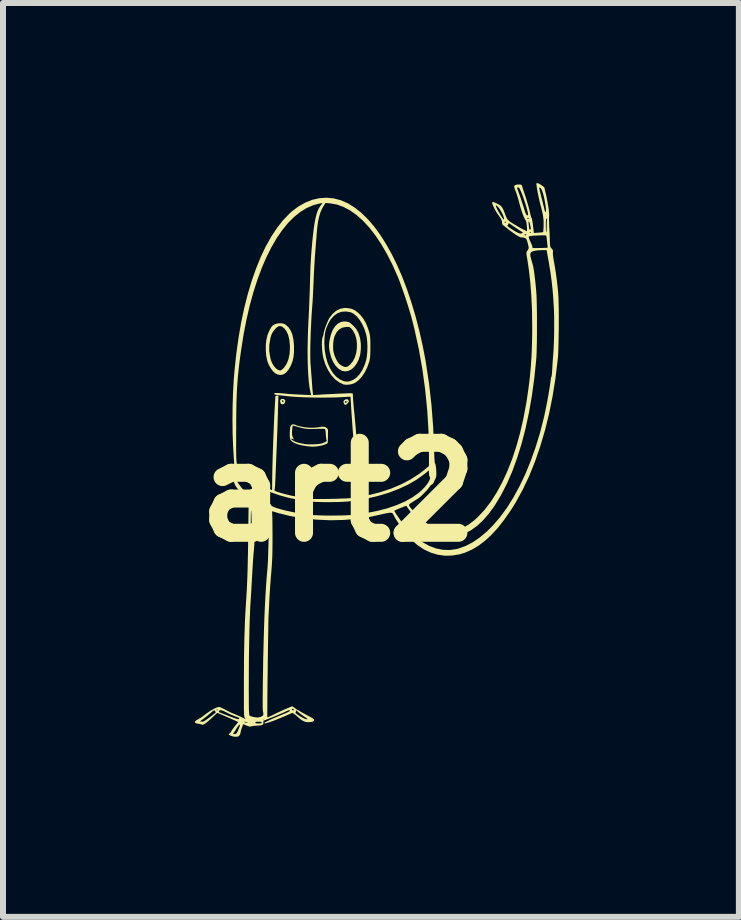
<source format=kicad_pcb>
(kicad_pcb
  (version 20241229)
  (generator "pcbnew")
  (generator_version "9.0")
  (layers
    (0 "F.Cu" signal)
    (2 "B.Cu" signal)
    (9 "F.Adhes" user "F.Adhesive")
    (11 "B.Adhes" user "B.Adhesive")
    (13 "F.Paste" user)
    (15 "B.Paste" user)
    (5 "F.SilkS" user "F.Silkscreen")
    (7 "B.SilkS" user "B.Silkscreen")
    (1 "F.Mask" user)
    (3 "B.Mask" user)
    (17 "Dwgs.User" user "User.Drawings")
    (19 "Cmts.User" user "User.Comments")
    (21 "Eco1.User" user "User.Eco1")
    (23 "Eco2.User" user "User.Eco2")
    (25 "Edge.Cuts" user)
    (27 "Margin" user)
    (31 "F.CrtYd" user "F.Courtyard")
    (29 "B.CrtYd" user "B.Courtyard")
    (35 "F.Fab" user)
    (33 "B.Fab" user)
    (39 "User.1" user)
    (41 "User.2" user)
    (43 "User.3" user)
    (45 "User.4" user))
  (footprint "art2"
    (layer "F.Cu")
    (at 2.586 5.148)
    (property "Reference" "art2" (at 0 0 0) (layer "F.SilkS") (effects (font (size 1.5 1.5) (thickness 0.3))))
    (attr board_only exclude_from_pos_files exclude_from_bom)
    (fp_poly (pts (xy -0.908 -1.55) (xy -0.887 -1.534) (xy -0.883 -1.518) (xy -0.89 -1.49) (xy -0.906 -1.47) (xy -0.927 -1.462) (xy -0.948 -1.466) (xy -0.961 -1.48) (xy -0.97 -1.512) (xy -0.968 -1.524) (xy -0.94 -1.524) (xy -0.938 -1.51) (xy -0.935 -1.507) (xy -0.921 -1.501) (xy -0.912 -1.511) (xy -0.912 -1.515) (xy -0.92 -1.528) (xy -0.927 -1.53) (xy -0.94 -1.524) (xy -0.968 -1.524) (xy -0.965 -1.537) (xy -0.946 -1.552) (xy -0.918 -1.553)) (stroke (width 0) (type solid)) (fill yes) (layer "F.SilkS"))
    (fp_poly (pts (xy 0.151 -1.547) (xy 0.165 -1.538) (xy 0.176 -1.518) (xy 0.169 -1.495) (xy 0.152 -1.476) (xy 0.13 -1.456) (xy 0.114 -1.453) (xy 0.101 -1.464) (xy 0.101 -1.464) (xy 0.086 -1.493) (xy 0.086 -1.496) (xy 0.111 -1.496) (xy 0.119 -1.486) (xy 0.128 -1.486) (xy 0.137 -1.5) (xy 0.137 -1.506) (xy 0.133 -1.515) (xy 0.147 -1.515) (xy 0.152 -1.51) (xy 0.157 -1.515) (xy 0.152 -1.52) (xy 0.147 -1.515) (xy 0.133 -1.515) (xy 0.131 -1.519) (xy 0.119 -1.517) (xy 0.113 -1.51) (xy 0.111 -1.496) (xy 0.086 -1.496) (xy 0.089 -1.518) (xy 0.098 -1.53) (xy 0.125 -1.547)) (stroke (width 0) (type solid)) (fill yes) (layer "F.SilkS"))
    (fp_poly (pts (xy -0.908 -2.805) (xy -0.882 -2.792) (xy -0.833 -2.75) (xy -0.795 -2.695) (xy -0.766 -2.625) (xy -0.748 -2.541) (xy -0.738 -2.441) (xy -0.738 -2.43) (xy -0.738 -2.337) (xy -0.745 -2.257) (xy -0.761 -2.185) (xy -0.787 -2.117) (xy -0.793 -2.103) (xy -0.831 -2.037) (xy -0.872 -1.989) (xy -0.916 -1.96) (xy -0.963 -1.951) (xy -1.013 -1.96) (xy -1.05 -1.979) (xy -1.086 -2.011) (xy -1.121 -2.056) (xy -1.153 -2.11) (xy -1.178 -2.169) (xy -1.183 -2.184) (xy -1.2 -2.264) (xy -1.207 -2.346) (xy -1.151 -2.346) (xy -1.133 -2.238) (xy -1.123 -2.2) (xy -1.103 -2.149) (xy -1.076 -2.103) (xy -1.044 -2.066) (xy -1.011 -2.039) (xy -0.98 -2.027) (xy -0.96 -2.027) (xy -0.944 -2.037) (xy -0.92 -2.057) (xy -0.902 -2.076) (xy -0.861 -2.137) (xy -0.831 -2.212) (xy -0.812 -2.3) (xy -0.806 -2.397) (xy -0.807 -2.451) (xy -0.817 -2.545) (xy -0.837 -2.623) (xy -0.866 -2.684) (xy -0.897 -2.724) (xy -0.934 -2.755) (xy -0.968 -2.767) (xy -1 -2.761) (xy -1.034 -2.736) (xy -1.047 -2.723) (xy -1.08 -2.683) (xy -1.104 -2.645) (xy -1.121 -2.602) (xy -1.131 -2.564) (xy -1.15 -2.454) (xy -1.151 -2.346) (xy -1.207 -2.346) (xy -1.208 -2.353) (xy -1.208 -2.445) (xy -1.199 -2.533) (xy -1.181 -2.611) (xy -1.177 -2.623) (xy -1.157 -2.673) (xy -1.134 -2.719) (xy -1.111 -2.756) (xy -1.093 -2.776) (xy -1.053 -2.798) (xy -1.005 -2.811) (xy -0.954 -2.813)) (stroke (width 0) (type solid)) (fill yes) (layer "F.SilkS"))
    (fp_poly (pts (xy 0.16 -2.836) (xy 0.188 -2.826) (xy 0.194 -2.821) (xy 0.211 -2.806) (xy 0.236 -2.784) (xy 0.253 -2.769) (xy 0.301 -2.715) (xy 0.337 -2.647) (xy 0.362 -2.566) (xy 0.375 -2.473) (xy 0.376 -2.432) (xy 0.375 -2.384) (xy 0.371 -2.335) (xy 0.365 -2.295) (xy 0.363 -2.285) (xy 0.339 -2.207) (xy 0.305 -2.14) (xy 0.265 -2.086) (xy 0.219 -2.045) (xy 0.169 -2.02) (xy 0.117 -2.011) (xy 0.064 -2.02) (xy 0.053 -2.025) (xy -0.000225 -2.058) (xy -0.048 -2.108) (xy -0.088 -2.172) (xy -0.12 -2.248) (xy -0.142 -2.333) (xy -0.145 -2.347) (xy -0.152 -2.395) (xy -0.155 -2.428) (xy -0.087 -2.428) (xy -0.085 -2.371) (xy -0.079 -2.333) (xy -0.065 -2.281) (xy -0.043 -2.228) (xy -0.018 -2.18) (xy 0.008 -2.144) (xy 0.016 -2.136) (xy 0.044 -2.114) (xy 0.076 -2.096) (xy 0.106 -2.085) (xy 0.126 -2.084) (xy 0.144 -2.089) (xy 0.148 -2.089) (xy 0.16 -2.095) (xy 0.181 -2.111) (xy 0.2 -2.128) (xy 0.243 -2.18) (xy 0.276 -2.245) (xy 0.298 -2.318) (xy 0.309 -2.397) (xy 0.31 -2.477) (xy 0.3 -2.555) (xy 0.278 -2.626) (xy 0.246 -2.688) (xy 0.217 -2.723) (xy 0.198 -2.741) (xy 0.181 -2.75) (xy 0.158 -2.752) (xy 0.127 -2.751) (xy 0.066 -2.739) (xy 0.015 -2.71) (xy -0.028 -2.664) (xy -0.061 -2.6) (xy -0.066 -2.587) (xy -0.077 -2.543) (xy -0.084 -2.488) (xy -0.087 -2.428) (xy -0.155 -2.428) (xy -0.155 -2.432) (xy -0.154 -2.465) (xy -0.15 -2.505) (xy -0.145 -2.533) (xy -0.124 -2.623) (xy -0.094 -2.7) (xy -0.055 -2.761) (xy -0.008 -2.807) (xy 0.046 -2.835) (xy 0.046 -2.835) (xy 0.081 -2.841) (xy 0.122 -2.842)) (stroke (width 0) (type solid)) (fill yes) (layer "F.SilkS"))
    (fp_poly (pts (xy 0.146 -3.067) (xy 0.215 -3.055) (xy 0.277 -3.028) (xy 0.335 -2.983) (xy 0.364 -2.955) (xy 0.416 -2.89) (xy 0.458 -2.817) (xy 0.493 -2.732) (xy 0.506 -2.692) (xy 0.516 -2.659) (xy 0.523 -2.631) (xy 0.528 -2.602) (xy 0.531 -2.57) (xy 0.533 -2.529) (xy 0.534 -2.477) (xy 0.534 -2.422) (xy 0.534 -2.355) (xy 0.533 -2.304) (xy 0.531 -2.264) (xy 0.528 -2.232) (xy 0.522 -2.203) (xy 0.515 -2.174) (xy 0.512 -2.164) (xy 0.481 -2.076) (xy 0.44 -1.995) (xy 0.393 -1.924) (xy 0.34 -1.866) (xy 0.285 -1.824) (xy 0.27 -1.816) (xy 0.229 -1.8) (xy 0.18 -1.791) (xy 0.132 -1.788) (xy 0.093 -1.792) (xy 0.088 -1.793) (xy 0.015 -1.828) (xy -0.054 -1.879) (xy -0.116 -1.947) (xy -0.169 -2.028) (xy -0.214 -2.122) (xy -0.246 -2.221) (xy -0.257 -2.273) (xy -0.266 -2.332) (xy -0.271 -2.394) (xy -0.274 -2.455) (xy -0.273 -2.481) (xy -0.233 -2.481) (xy -0.227 -2.382) (xy -0.224 -2.354) (xy -0.206 -2.249) (xy -0.178 -2.151) (xy -0.139 -2.064) (xy -0.093 -1.988) (xy -0.039 -1.926) (xy 0.022 -1.879) (xy 0.087 -1.85) (xy 0.105 -1.845) (xy 0.15 -1.84) (xy 0.195 -1.848) (xy 0.246 -1.869) (xy 0.246 -1.869) (xy 0.302 -1.907) (xy 0.354 -1.963) (xy 0.399 -2.033) (xy 0.438 -2.117) (xy 0.463 -2.194) (xy 0.475 -2.258) (xy 0.483 -2.335) (xy 0.485 -2.418) (xy 0.482 -2.501) (xy 0.474 -2.578) (xy 0.462 -2.633) (xy 0.433 -2.723) (xy 0.395 -2.804) (xy 0.351 -2.875) (xy 0.302 -2.933) (xy 0.25 -2.975) (xy 0.229 -2.986) (xy 0.199 -2.997) (xy 0.158 -3.005) (xy 0.126 -3.009) (xy 0.054 -3.004) (xy -0.011 -2.981) (xy -0.071 -2.939) (xy -0.124 -2.881) (xy -0.169 -2.805) (xy -0.203 -2.724) (xy -0.22 -2.656) (xy -0.23 -2.574) (xy -0.233 -2.481) (xy -0.273 -2.481) (xy -0.273 -2.509) (xy -0.269 -2.553) (xy -0.261 -2.582) (xy -0.261 -2.583) (xy -0.25 -2.612) (xy -0.245 -2.637) (xy -0.245 -2.64) (xy -0.241 -2.665) (xy -0.23 -2.703) (xy -0.215 -2.749) (xy -0.197 -2.797) (xy -0.177 -2.843) (xy -0.159 -2.882) (xy -0.148 -2.902) (xy -0.094 -2.971) (xy -0.034 -3.022) (xy 0.032 -3.054) (xy 0.105 -3.068)) (stroke (width 0) (type solid)) (fill yes) (layer "F.SilkS"))
    (fp_poly (pts (xy -0.726 -1.125) (xy -0.711 -1.119) (xy -0.711 -1.119) (xy -0.693 -1.11) (xy -0.66 -1.1) (xy -0.618 -1.091) (xy -0.57 -1.082) (xy -0.521 -1.076) (xy -0.488 -1.073) (xy -0.423 -1.072) (xy -0.354 -1.077) (xy -0.327 -1.081) (xy -0.285 -1.088) (xy -0.257 -1.09) (xy -0.236 -1.088) (xy -0.216 -1.082) (xy -0.212 -1.08) (xy -0.188 -1.064) (xy -0.174 -1.047) (xy -0.174 -1.045) (xy -0.172 -1.028) (xy -0.172 -0.997) (xy -0.172 -0.956) (xy -0.173 -0.91) (xy -0.174 -0.864) (xy -0.176 -0.823) (xy -0.176 -0.822) (xy -0.186 -0.81) (xy -0.211 -0.797) (xy -0.246 -0.784) (xy -0.289 -0.773) (xy -0.334 -0.765) (xy -0.334 -0.765) (xy -0.375 -0.76) (xy -0.405 -0.758) (xy -0.431 -0.757) (xy -0.459 -0.759) (xy -0.497 -0.762) (xy -0.529 -0.766) (xy -0.605 -0.778) (xy -0.671 -0.795) (xy -0.727 -0.816) (xy -0.769 -0.841) (xy -0.795 -0.867) (xy -0.802 -0.881) (xy -0.802 -0.883) (xy -0.785 -0.883) (xy -0.777 -0.873) (xy -0.756 -0.859) (xy -0.738 -0.85) (xy -0.714 -0.838) (xy -0.688 -0.829) (xy -0.656 -0.82) (xy -0.614 -0.811) (xy -0.564 -0.801) (xy -0.533 -0.797) (xy -0.488 -0.795) (xy -0.437 -0.796) (xy -0.384 -0.797) (xy -0.336 -0.801) (xy -0.299 -0.805) (xy -0.287 -0.807) (xy -0.252 -0.819) (xy -0.221 -0.832) (xy -0.2 -0.846) (xy -0.191 -0.857) (xy -0.194 -0.862) (xy -0.199 -0.874) (xy -0.203 -0.9) (xy -0.207 -0.937) (xy -0.208 -0.952) (xy -0.21 -0.991) (xy -0.214 -1.024) (xy -0.218 -1.044) (xy -0.219 -1.047) (xy -0.228 -1.052) (xy -0.25 -1.054) (xy -0.287 -1.055) (xy -0.34 -1.054) (xy -0.366 -1.053) (xy -0.443 -1.051) (xy -0.507 -1.052) (xy -0.563 -1.059) (xy -0.618 -1.07) (xy -0.677 -1.087) (xy -0.689 -1.09) (xy -0.722 -1.1) (xy -0.747 -1.106) (xy -0.759 -1.107) (xy -0.759 -1.107) (xy -0.762 -1.096) (xy -0.766 -1.07) (xy -0.769 -1.035) (xy -0.77 -1.028) (xy -0.772 -0.983) (xy -0.77 -0.952) (xy -0.763 -0.929) (xy -0.761 -0.923) (xy -0.749 -0.897) (xy -0.745 -0.88) (xy -0.749 -0.875) (xy -0.757 -0.881) (xy -0.773 -0.891) (xy -0.783 -0.888) (xy -0.785 -0.883) (xy -0.802 -0.883) (xy -0.807 -0.912) (xy -0.809 -0.954) (xy -0.808 -1.001) (xy -0.805 -1.045) (xy -0.8 -1.081) (xy -0.796 -1.096) (xy -0.783 -1.118) (xy -0.765 -1.127) (xy -0.751 -1.128)) (stroke (width 0) (type solid)) (fill yes) (layer "F.SilkS"))
    (fp_poly (pts (xy 3.342 -5.139) (xy 3.378 -5.117) (xy 3.383 -5.114) (xy 3.431 -5.079) (xy 3.456 -4.974) (xy 3.47 -4.913) (xy 3.482 -4.849) (xy 3.493 -4.786) (xy 3.503 -4.726) (xy 3.509 -4.674) (xy 3.513 -4.632) (xy 3.513 -4.605) (xy 3.512 -4.6) (xy 3.51 -4.582) (xy 3.51 -4.548) (xy 3.511 -4.503) (xy 3.512 -4.451) (xy 3.513 -4.428) (xy 3.517 -4.365) (xy 3.52 -4.3) (xy 3.522 -4.239) (xy 3.524 -4.188) (xy 3.524 -4.182) (xy 3.526 -4.137) (xy 3.529 -4.106) (xy 3.533 -4.086) (xy 3.541 -4.071) (xy 3.553 -4.058) (xy 3.555 -4.057) (xy 3.572 -4.035) (xy 3.577 -4.014) (xy 3.575 -3.996) (xy 3.574 -3.97) (xy 3.578 -3.929) (xy 3.586 -3.875) (xy 3.593 -3.837) (xy 3.609 -3.746) (xy 3.625 -3.645) (xy 3.64 -3.531) (xy 3.655 -3.401) (xy 3.66 -3.349) (xy 3.664 -3.296) (xy 3.668 -3.226) (xy 3.67 -3.143) (xy 3.672 -3.049) (xy 3.673 -2.947) (xy 3.673 -2.84) (xy 3.673 -2.732) (xy 3.671 -2.624) (xy 3.669 -2.52) (xy 3.667 -2.424) (xy 3.664 -2.337) (xy 3.66 -2.264) (xy 3.655 -2.207) (xy 3.618 -1.898) (xy 3.57 -1.599) (xy 3.512 -1.309) (xy 3.443 -1.03) (xy 3.364 -0.762) (xy 3.276 -0.507) (xy 3.179 -0.266) (xy 3.072 -0.041) (xy 2.957 0.169) (xy 2.871 0.307) (xy 2.763 0.461) (xy 2.657 0.597) (xy 2.55 0.713) (xy 2.443 0.812) (xy 2.334 0.894) (xy 2.224 0.959) (xy 2.111 1.009) (xy 2.023 1.036) (xy 1.899 1.057) (xy 1.776 1.06) (xy 1.656 1.043) (xy 1.539 1.008) (xy 1.426 0.955) (xy 1.318 0.883) (xy 1.216 0.794) (xy 1.149 0.723) (xy 1.114 0.679) (xy 1.073 0.624) (xy 1.031 0.564) (xy 0.992 0.503) (xy 0.957 0.448) (xy 0.931 0.402) (xy 0.931 0.401) (xy 0.915 0.37) (xy 0.903 0.353) (xy 0.89 0.346) (xy 0.87 0.344) (xy 0.86 0.344) (xy 0.832 0.347) (xy 0.792 0.354) (xy 0.747 0.364) (xy 0.731 0.368) (xy 0.523 0.414) (xy 0.307 0.446) (xy 0.086 0.464) (xy -0.138 0.469) (xy -0.361 0.459) (xy -0.58 0.437) (xy -0.792 0.401) (xy -0.994 0.351) (xy -1.047 0.335) (xy -1.08 0.325) (xy -1.098 0.321) (xy -1.105 0.323) (xy -1.104 0.33) (xy -1.103 0.334) (xy -1.102 0.348) (xy -1.101 0.379) (xy -1.099 0.425) (xy -1.098 0.483) (xy -1.097 0.553) (xy -1.097 0.63) (xy -1.096 0.714) (xy -1.096 0.723) (xy -1.096 0.832) (xy -1.097 0.925) (xy -1.098 1.006) (xy -1.1 1.078) (xy -1.103 1.145) (xy -1.107 1.21) (xy -1.112 1.278) (xy -1.116 1.329) (xy -1.123 1.411) (xy -1.13 1.502) (xy -1.137 1.594) (xy -1.142 1.681) (xy -1.147 1.756) (xy -1.147 1.765) (xy -1.151 1.833) (xy -1.154 1.9) (xy -1.157 1.961) (xy -1.16 2.013) (xy -1.162 2.049) (xy -1.162 2.05) (xy -1.163 2.071) (xy -1.164 2.109) (xy -1.165 2.162) (xy -1.166 2.229) (xy -1.167 2.307) (xy -1.169 2.395) (xy -1.17 2.492) (xy -1.172 2.595) (xy -1.173 2.702) (xy -1.175 2.813) (xy -1.176 2.925) (xy -1.177 3.037) (xy -1.179 3.146) (xy -1.18 3.252) (xy -1.181 3.352) (xy -1.182 3.445) (xy -1.182 3.529) (xy -1.183 3.602) (xy -1.183 3.663) (xy -1.183 3.709) (xy -1.183 3.74) (xy -1.183 3.753) (xy -1.183 3.753) (xy -1.173 3.75) (xy -1.15 3.74) (xy -1.117 3.725) (xy -1.088 3.711) (xy -1.033 3.684) (xy -0.976 3.657) (xy -0.92 3.632) (xy -0.893 3.62) (xy -0.773 3.62) (xy -0.77 3.628) (xy -0.756 3.638) (xy -0.742 3.63) (xy -0.74 3.629) (xy -0.743 3.617) (xy -0.75 3.613) (xy -0.768 3.611) (xy -0.773 3.62) (xy -0.893 3.62) (xy -0.869 3.609) (xy -0.825 3.591) (xy -0.792 3.577) (xy -0.772 3.57) (xy -0.768 3.57) (xy -0.754 3.576) (xy -0.732 3.591) (xy -0.722 3.599) (xy -0.7 3.617) (xy -0.684 3.627) (xy -0.68 3.629) (xy -0.667 3.634) (xy -0.645 3.646) (xy -0.637 3.652) (xy -0.615 3.666) (xy -0.579 3.685) (xy -0.537 3.708) (xy -0.502 3.727) (xy -0.458 3.75) (xy -0.428 3.768) (xy -0.411 3.781) (xy -0.404 3.792) (xy -0.404 3.799) (xy -0.413 3.816) (xy -0.437 3.827) (xy -0.477 3.832) (xy -0.503 3.834) (xy -0.556 3.826) (xy -0.608 3.801) (xy -0.656 3.762) (xy -0.658 3.76) (xy -0.681 3.739) (xy -0.71 3.715) (xy -0.723 3.706) (xy -0.757 3.682) (xy -0.714 3.682) (xy -0.705 3.688) (xy -0.685 3.702) (xy -0.66 3.72) (xy -0.6 3.757) (xy -0.552 3.779) (xy -0.521 3.785) (xy -0.512 3.783) (xy -0.517 3.775) (xy -0.537 3.76) (xy -0.56 3.745) (xy -0.597 3.719) (xy -0.634 3.692) (xy -0.661 3.67) (xy -0.7 3.635) (xy -0.708 3.658) (xy -0.713 3.676) (xy -0.714 3.682) (xy -0.757 3.682) (xy -0.764 3.677) (xy -0.899 3.736) (xy -0.99 3.774) (xy -1.067 3.805) (xy -1.131 3.828) (xy -1.181 3.844) (xy -1.215 3.852) (xy -1.233 3.851) (xy -1.236 3.847) (xy -1.227 3.84) (xy -1.203 3.827) (xy -1.167 3.809) (xy -1.122 3.787) (xy -1.07 3.764) (xy -1.014 3.74) (xy -0.958 3.716) (xy -0.907 3.695) (xy -0.86 3.676) (xy -0.827 3.659) (xy -0.807 3.646) (xy -0.804 3.641) (xy -0.81 3.633) (xy -0.829 3.635) (xy -0.862 3.648) (xy -0.883 3.658) (xy -0.907 3.67) (xy -0.943 3.685) (xy -0.987 3.704) (xy -1.036 3.725) (xy -1.087 3.746) (xy -1.135 3.765) (xy -1.179 3.783) (xy -1.213 3.796) (xy -1.235 3.804) (xy -1.241 3.805) (xy -1.248 3.814) (xy -1.248 3.832) (xy -1.248 3.855) (xy -1.254 3.87) (xy -1.27 3.88) (xy -1.3 3.887) (xy -1.346 3.89) (xy -1.355 3.891) (xy -1.396 3.894) (xy -1.43 3.898) (xy -1.453 3.903) (xy -1.458 3.905) (xy -1.475 3.907) (xy -1.506 3.898) (xy -1.527 3.89) (xy -1.584 3.866) (xy -1.605 3.921) (xy -1.617 3.955) (xy -1.625 3.984) (xy -1.627 3.998) (xy -1.632 4.022) (xy -1.642 4.046) (xy -1.657 4.065) (xy -1.679 4.074) (xy -1.694 4.075) (xy -1.726 4.075) (xy -1.753 4.071) (xy -1.755 4.07) (xy -1.796 4.057) (xy -1.819 4.045) (xy -1.824 4.036) (xy -1.795 4.036) (xy -1.79 4.04) (xy -1.785 4.036) (xy -1.79 4.031) (xy -1.755 4.031) (xy -1.727 4.031) (xy -1.71 4.028) (xy -1.697 4.019) (xy -1.683 3.997) (xy -1.673 3.977) (xy -1.654 3.932) (xy -1.642 3.899) (xy -1.64 3.879) (xy -1.644 3.874) (xy -1.651 3.877) (xy -1.662 3.888) (xy -1.677 3.91) (xy -1.7 3.944) (xy -1.719 3.974) (xy -1.755 4.031) (xy -1.79 4.031) (xy -1.795 4.036) (xy -1.824 4.036) (xy -1.825 4.033) (xy -1.815 4.021) (xy -1.804 4.013) (xy -1.789 3.999) (xy -1.785 3.989) (xy -1.779 3.976) (xy -1.763 3.952) (xy -1.74 3.922) (xy -1.726 3.904) (xy -1.701 3.873) (xy -1.682 3.848) (xy -1.671 3.833) (xy -1.67 3.829) (xy -1.676 3.826) (xy -1.569 3.826) (xy -1.562 3.833) (xy -1.559 3.835) (xy -1.537 3.842) (xy -1.525 3.843) (xy -1.505 3.843) (xy -1.514 3.839) (xy -1.383 3.839) (xy -1.378 3.848) (xy -1.361 3.853) (xy -1.329 3.854) (xy -1.296 3.853) (xy -1.28 3.848) (xy -1.275 3.839) (xy -1.28 3.831) (xy -1.297 3.826) (xy -1.329 3.825) (xy -1.361 3.826) (xy -1.378 3.831) (xy -1.383 3.839) (xy -1.514 3.839) (xy -1.525 3.835) (xy -1.548 3.827) (xy -1.559 3.826) (xy -1.569 3.826) (xy -1.676 3.826) (xy -1.68 3.824) (xy -1.704 3.813) (xy -1.74 3.797) (xy -1.755 3.79) (xy -1.255 3.79) (xy -1.25 3.795) (xy -1.245 3.79) (xy -1.25 3.785) (xy -1.255 3.79) (xy -1.755 3.79) (xy -1.783 3.778) (xy -1.83 3.757) (xy -1.879 3.736) (xy -1.924 3.716) (xy -1.964 3.699) (xy -1.994 3.686) (xy -2.011 3.679) (xy -2.014 3.678) (xy -2.023 3.684) (xy -2.043 3.701) (xy -2.071 3.727) (xy -2.104 3.759) (xy -2.161 3.811) (xy -2.206 3.848) (xy -2.241 3.87) (xy -2.263 3.877) (xy -2.27 3.874) (xy -2.285 3.869) (xy -2.312 3.862) (xy -2.332 3.859) (xy -2.37 3.851) (xy -2.389 3.839) (xy -2.389 3.824) (xy -2.388 3.823) (xy -2.305 3.823) (xy -2.297 3.822) (xy -2.278 3.821) (xy -2.27 3.825) (xy -2.258 3.826) (xy -2.233 3.815) (xy -2.197 3.791) (xy -2.149 3.757) (xy -2.118 3.733) (xy -2.086 3.708) (xy -2.061 3.688) (xy -2.045 3.675) (xy -2.041 3.672) (xy -2.044 3.663) (xy -2.045 3.661) (xy -1.989 3.661) (xy -1.987 3.665) (xy -1.978 3.669) (xy -1.952 3.68) (xy -1.915 3.695) (xy -1.868 3.713) (xy -1.823 3.731) (xy -1.764 3.753) (xy -1.72 3.769) (xy -1.689 3.779) (xy -1.67 3.783) (xy -1.659 3.782) (xy -1.654 3.779) (xy -1.649 3.765) (xy -1.649 3.762) (xy -1.659 3.757) (xy -1.683 3.748) (xy -1.716 3.735) (xy -1.726 3.732) (xy -1.774 3.713) (xy -1.827 3.689) (xy -1.87 3.667) (xy -1.918 3.644) (xy -1.952 3.633) (xy -1.974 3.634) (xy -1.986 3.647) (xy -1.989 3.661) (xy -2.045 3.661) (xy -2.052 3.648) (xy -2.061 3.638) (xy -2.069 3.635) (xy -2.082 3.641) (xy -2.103 3.658) (xy -2.116 3.67) (xy -2.183 3.726) (xy -2.239 3.77) (xy -2.281 3.801) (xy -2.301 3.816) (xy -2.305 3.823) (xy -2.388 3.823) (xy -2.369 3.804) (xy -2.33 3.781) (xy -2.322 3.776) (xy -2.288 3.757) (xy -2.256 3.734) (xy -2.253 3.732) (xy -2.192 3.685) (xy -2.134 3.645) (xy -2.105 3.629) (xy -2.03 3.629) (xy -2.023 3.638) (xy -2.02 3.638) (xy -2.011 3.631) (xy -2.01 3.629) (xy -2.018 3.619) (xy -2.02 3.619) (xy -2.03 3.626) (xy -2.03 3.629) (xy -2.105 3.629) (xy -2.079 3.613) (xy -2.032 3.591) (xy -1.995 3.58) (xy -1.986 3.58) (xy -1.968 3.584) (xy -1.938 3.597) (xy -1.902 3.615) (xy -1.887 3.623) (xy -1.841 3.647) (xy -1.792 3.671) (xy -1.749 3.69) (xy -1.743 3.692) (xy -1.699 3.71) (xy -1.649 3.732) (xy -1.607 3.752) (xy -1.573 3.769) (xy -1.554 3.777) (xy -1.547 3.778) (xy -1.55 3.77) (xy -1.556 3.763) (xy -1.56 3.758) (xy -1.563 3.751) (xy -1.566 3.74) (xy -1.568 3.725) (xy -1.57 3.704) (xy -1.571 3.676) (xy -1.572 3.638) (xy -1.573 3.589) (xy -1.573 3.528) (xy -1.573 3.454) (xy -1.573 3.364) (xy -1.573 3.277) (xy -1.492 3.277) (xy -1.491 3.38) (xy -1.491 3.465) (xy -1.491 3.536) (xy -1.49 3.593) (xy -1.489 3.637) (xy -1.487 3.67) (xy -1.486 3.694) (xy -1.483 3.71) (xy -1.481 3.72) (xy -1.478 3.724) (xy -1.46 3.733) (xy -1.428 3.743) (xy -1.388 3.751) (xy -1.347 3.755) (xy -1.346 3.755) (xy -1.322 3.752) (xy -1.292 3.743) (xy -1.289 3.742) (xy -1.261 3.727) (xy -1.249 3.707) (xy -1.25 3.679) (xy -1.254 3.661) (xy -1.257 3.645) (xy -1.259 3.613) (xy -1.26 3.567) (xy -1.26 3.504) (xy -1.26 3.425) (xy -1.259 3.328) (xy -1.258 3.214) (xy -1.256 3.08) (xy -1.255 3.03) (xy -1.251 2.774) (xy -1.245 2.536) (xy -1.239 2.315) (xy -1.232 2.111) (xy -1.224 1.921) (xy -1.215 1.745) (xy -1.205 1.581) (xy -1.194 1.428) (xy -1.182 1.286) (xy -1.181 1.28) (xy -1.178 1.236) (xy -1.174 1.179) (xy -1.171 1.11) (xy -1.168 1.033) (xy -1.166 0.95) (xy -1.163 0.862) (xy -1.161 0.774) (xy -1.159 0.687) (xy -1.158 0.603) (xy -1.158 0.526) (xy -1.157 0.459) (xy -1.158 0.402) (xy -1.159 0.359) (xy -1.161 0.333) (xy -1.161 0.33) (xy -1.168 0.306) (xy -1.182 0.29) (xy -1.209 0.278) (xy -1.236 0.266) (xy -1.274 0.248) (xy -1.317 0.227) (xy -1.342 0.214) (xy -1.434 0.167) (xy -1.428 0.199) (xy -1.411 0.317) (xy -1.4 0.449) (xy -1.394 0.589) (xy -1.393 0.732) (xy -1.399 0.873) (xy -1.407 0.973) (xy -1.412 1.022) (xy -1.417 1.086) (xy -1.422 1.162) (xy -1.427 1.244) (xy -1.432 1.328) (xy -1.437 1.404) (xy -1.441 1.486) (xy -1.446 1.568) (xy -1.45 1.648) (xy -1.455 1.72) (xy -1.458 1.78) (xy -1.461 1.824) (xy -1.467 1.91) (xy -1.471 2.013) (xy -1.476 2.132) (xy -1.48 2.265) (xy -1.483 2.411) (xy -1.486 2.566) (xy -1.489 2.731) (xy -1.49 2.901) (xy -1.491 3.077) (xy -1.491 3.157) (xy -1.492 3.277) (xy -1.573 3.277) (xy -1.573 3.257) (xy -1.573 3.147) (xy -1.572 2.947) (xy -1.571 2.764) (xy -1.568 2.595) (xy -1.565 2.438) (xy -1.56 2.29) (xy -1.555 2.147) (xy -1.548 2.008) (xy -1.54 1.869) (xy -1.531 1.729) (xy -1.53 1.711) (xy -1.525 1.634) (xy -1.521 1.549) (xy -1.517 1.455) (xy -1.513 1.349) (xy -1.51 1.231) (xy -1.507 1.098) (xy -1.504 0.948) (xy -1.502 0.781) (xy -1.502 0.78) (xy -1.499 0.554) (xy -1.458 0.554) (xy -1.458 0.632) (xy -1.457 0.696) (xy -1.456 0.746) (xy -1.455 0.78) (xy -1.454 0.797) (xy -1.452 0.796) (xy -1.451 0.789) (xy -1.449 0.756) (xy -1.447 0.708) (xy -1.445 0.651) (xy -1.444 0.589) (xy -1.444 0.549) (xy -1.444 0.488) (xy -1.446 0.428) (xy -1.447 0.374) (xy -1.449 0.333) (xy -1.451 0.314) (xy -1.453 0.306) (xy -1.455 0.316) (xy -1.456 0.344) (xy -1.457 0.388) (xy -1.458 0.446) (xy -1.458 0.517) (xy -1.458 0.554) (xy -1.499 0.554) (xy -1.493 0.123) (xy -1.514 0.109) (xy -1.539 0.089) (xy -1.572 0.058) (xy -1.609 0.02) (xy -1.646 -0.02) (xy -1.679 -0.058) (xy -1.703 -0.09) (xy -1.711 -0.102) (xy -1.732 -0.147) (xy -1.747 -0.201) (xy -1.753 -0.239) (xy -1.716 -0.239) (xy -1.71 -0.22) (xy -1.695 -0.191) (xy -1.673 -0.155) (xy -1.646 -0.117) (xy -1.618 -0.08) (xy -1.592 -0.049) (xy -1.521 0.017) (xy -1.43 0.081) (xy -1.321 0.143) (xy -1.285 0.161) (xy -1.237 0.184) (xy -1.202 0.199) (xy -1.179 0.207) (xy -1.163 0.208) (xy -1.156 0.205) (xy -1.134 0.2) (xy -1.12 0.209) (xy -1.118 0.22) (xy -1.109 0.232) (xy -1.082 0.246) (xy -1.041 0.262) (xy -0.987 0.278) (xy -0.923 0.296) (xy -0.852 0.313) (xy -0.774 0.33) (xy -0.694 0.345) (xy -0.612 0.359) (xy -0.532 0.371) (xy -0.481 0.377) (xy -0.411 0.383) (xy -0.326 0.387) (xy -0.231 0.39) (xy -0.13 0.391) (xy -0.029 0.39) (xy 0.069 0.389) (xy 0.158 0.385) (xy 0.235 0.38) (xy 0.26 0.378) (xy 0.458 0.351) (xy 0.643 0.315) (xy 0.666 0.309) (xy 0.933 0.309) (xy 0.936 0.319) (xy 0.949 0.341) (xy 0.969 0.373) (xy 0.994 0.41) (xy 1.023 0.451) (xy 1.052 0.492) (xy 1.08 0.53) (xy 1.096 0.55) (xy 1.197 0.663) (xy 1.301 0.759) (xy 1.408 0.837) (xy 1.517 0.897) (xy 1.628 0.938) (xy 1.74 0.961) (xy 1.852 0.965) (xy 1.964 0.95) (xy 1.999 0.941) (xy 2.118 0.899) (xy 2.237 0.837) (xy 2.355 0.757) (xy 2.474 0.657) (xy 2.575 0.556) (xy 2.694 0.418) (xy 2.809 0.261) (xy 2.918 0.088) (xy 3.02 -0.1) (xy 3.117 -0.303) (xy 3.205 -0.519) (xy 3.286 -0.746) (xy 3.359 -0.984) (xy 3.422 -1.231) (xy 3.432 -1.273) (xy 3.448 -1.349) (xy 3.465 -1.433) (xy 3.482 -1.52) (xy 3.498 -1.608) (xy 3.512 -1.691) (xy 3.524 -1.766) (xy 3.533 -1.829) (xy 3.537 -1.86) (xy 3.541 -1.892) (xy 3.546 -1.914) (xy 3.55 -1.922) (xy 3.553 -1.931) (xy 3.557 -1.956) (xy 3.56 -1.994) (xy 3.563 -2.04) (xy 3.564 -2.047) (xy 3.567 -2.108) (xy 3.571 -2.174) (xy 3.576 -2.236) (xy 3.579 -2.275) (xy 3.585 -2.361) (xy 3.59 -2.461) (xy 3.594 -2.571) (xy 3.596 -2.687) (xy 3.596 -2.803) (xy 3.596 -2.915) (xy 3.593 -3.018) (xy 3.59 -3.084) (xy 3.58 -3.241) (xy 3.568 -3.386) (xy 3.552 -3.527) (xy 3.533 -3.669) (xy 3.508 -3.82) (xy 3.49 -3.92) (xy 3.47 -4.031) (xy 3.392 -4.031) (xy 3.33 -4.028) (xy 3.278 -4.021) (xy 3.237 -4.01) (xy 3.212 -3.996) (xy 3.209 -3.993) (xy 3.201 -3.978) (xy 3.198 -3.957) (xy 3.201 -3.927) (xy 3.211 -3.886) (xy 3.226 -3.835) (xy 3.238 -3.793) (xy 3.249 -3.747) (xy 3.258 -3.693) (xy 3.267 -3.63) (xy 3.276 -3.556) (xy 3.286 -3.466) (xy 3.296 -3.36) (xy 3.297 -3.344) (xy 3.301 -3.291) (xy 3.304 -3.222) (xy 3.306 -3.138) (xy 3.308 -3.045) (xy 3.309 -2.943) (xy 3.309 -2.837) (xy 3.309 -2.729) (xy 3.309 -2.623) (xy 3.308 -2.52) (xy 3.306 -2.425) (xy 3.304 -2.341) (xy 3.301 -2.269) (xy 3.297 -2.214) (xy 3.297 -2.211) (xy 3.266 -1.905) (xy 3.226 -1.612) (xy 3.177 -1.33) (xy 3.12 -1.063) (xy 3.054 -0.809) (xy 2.98 -0.571) (xy 2.899 -0.348) (xy 2.809 -0.141) (xy 2.711 0.049) (xy 2.607 0.222) (xy 2.598 0.235) (xy 2.504 0.364) (xy 2.407 0.474) (xy 2.309 0.565) (xy 2.208 0.637) (xy 2.104 0.691) (xy 1.998 0.726) (xy 1.979 0.73) (xy 1.908 0.741) (xy 1.845 0.744) (xy 1.781 0.738) (xy 1.741 0.731) (xy 1.639 0.7) (xy 1.539 0.65) (xy 1.441 0.583) (xy 1.346 0.496) (xy 1.251 0.391) (xy 1.158 0.266) (xy 1.133 0.228) (xy 1.124 0.231) (xy 1.101 0.239) (xy 1.07 0.251) (xy 1.034 0.266) (xy 0.997 0.281) (xy 0.966 0.294) (xy 0.943 0.305) (xy 0.933 0.309) (xy 0.666 0.309) (xy 0.814 0.271) (xy 0.971 0.217) (xy 1.112 0.156) (xy 1.237 0.086) (xy 1.344 0.008) (xy 1.392 -0.034) (xy 1.436 -0.079) (xy 1.473 -0.125) (xy 1.502 -0.167) (xy 1.521 -0.205) (xy 1.529 -0.235) (xy 1.525 -0.256) (xy 1.52 -0.26) (xy 1.514 -0.272) (xy 1.511 -0.298) (xy 1.51 -0.314) (xy 1.51 -0.362) (xy 1.434 -0.301) (xy 1.307 -0.209) (xy 1.164 -0.126) (xy 1.005 -0.052) (xy 0.834 0.013) (xy 0.651 0.067) (xy 0.457 0.112) (xy 0.255 0.145) (xy 0.154 0.157) (xy 0.097 0.161) (xy 0.025 0.164) (xy -0.056 0.166) (xy -0.143 0.167) (xy -0.23 0.167) (xy -0.312 0.165) (xy -0.387 0.163) (xy -0.448 0.159) (xy -0.466 0.157) (xy -0.65 0.131) (xy -0.824 0.096) (xy -0.988 0.051) (xy -1.14 -0.003) (xy -1.279 -0.065) (xy -1.404 -0.135) (xy -1.513 -0.213) (xy -1.605 -0.297) (xy -1.639 -0.336) (xy -1.69 -0.397) (xy -1.684 -0.316) (xy -1.683 -0.27) (xy -1.686 -0.239) (xy -1.692 -0.226) (xy -1.703 -0.23) (xy -1.707 -0.237) (xy -1.715 -0.243) (xy -1.716 -0.239) (xy -1.753 -0.239) (xy -1.757 -0.259) (xy -1.76 -0.314) (xy -1.757 -0.363) (xy -1.746 -0.4) (xy -1.745 -0.402) (xy -1.739 -0.408) (xy -1.736 -0.395) (xy -1.736 -0.388) (xy -1.734 -0.37) (xy -1.731 -0.364) (xy -1.731 -0.365) (xy -1.73 -0.375) (xy -1.731 -0.403) (xy -1.733 -0.444) (xy -1.736 -0.495) (xy -1.74 -0.554) (xy -1.741 -0.565) (xy -1.753 -0.766) (xy -1.754 -0.794) (xy -1.702 -0.794) (xy -1.702 -0.709) (xy -1.701 -0.639) (xy -1.7 -0.581) (xy -1.698 -0.535) (xy -1.695 -0.498) (xy -1.69 -0.468) (xy -1.683 -0.445) (xy -1.675 -0.426) (xy -1.664 -0.409) (xy -1.651 -0.394) (xy -1.636 -0.378) (xy -1.617 -0.359) (xy -1.604 -0.345) (xy -1.523 -0.27) (xy -1.427 -0.198) (xy -1.319 -0.132) (xy -1.205 -0.075) (xy -1.172 -0.061) (xy -1.103 -0.033) (xy -1.101 -0.249) (xy -1.1 -0.321) (xy -1.098 -0.408) (xy -1.095 -0.509) (xy -1.092 -0.619) (xy -1.088 -0.735) (xy -1.084 -0.853) (xy -1.079 -0.971) (xy -1.075 -1.086) (xy -1.07 -1.192) (xy -1.066 -1.288) (xy -1.061 -1.37) (xy -1.059 -1.407) (xy -1.056 -1.462) (xy -1.053 -1.512) (xy -1.051 -1.552) (xy -1.05 -1.579) (xy -1.05 -1.586) (xy -1.045 -1.603) (xy -1.028 -1.608) (xy -1.024 -1.608) (xy -0.998 -1.608) (xy -1.005 -1.361) (xy -1.007 -1.286) (xy -1.01 -1.197) (xy -1.013 -1.099) (xy -1.017 -0.996) (xy -1.021 -0.894) (xy -1.024 -0.797) (xy -1.025 -0.775) (xy -1.029 -0.687) (xy -1.033 -0.599) (xy -1.036 -0.514) (xy -1.039 -0.436) (xy -1.042 -0.368) (xy -1.044 -0.315) (xy -1.045 -0.294) (xy -1.048 -0.218) (xy -1.051 -0.16) (xy -1.053 -0.116) (xy -1.056 -0.084) (xy -1.058 -0.062) (xy -1.061 -0.047) (xy -1.064 -0.037) (xy -1.064 -0.037) (xy -1.064 -0.029) (xy -1.056 -0.021) (xy -1.037 -0.012) (xy -1.003 0.000212) (xy -0.974 0.009) (xy -0.883 0.035) (xy -0.781 0.059) (xy -0.677 0.079) (xy -0.58 0.094) (xy -0.557 0.097) (xy -0.513 0.102) (xy -0.473 0.107) (xy -0.444 0.111) (xy -0.436 0.112) (xy -0.411 0.114) (xy -0.369 0.115) (xy -0.314 0.115) (xy -0.249 0.115) (xy -0.177 0.114) (xy -0.102 0.112) (xy -0.027 0.111) (xy 0.046 0.108) (xy 0.113 0.106) (xy 0.17 0.103) (xy 0.215 0.1) (xy 0.243 0.098) (xy 0.288 0.091) (xy 0.315 0.084) (xy 0.328 0.078) (xy 0.329 0.072) (xy 0.327 0.059) (xy 0.324 0.029) (xy 0.32 -0.015) (xy 0.315 -0.071) (xy 0.31 -0.136) (xy 0.304 -0.207) (xy 0.304 -0.214) (xy 0.298 -0.292) (xy 0.291 -0.386) (xy 0.283 -0.489) (xy 0.275 -0.596) (xy 0.266 -0.703) (xy 0.258 -0.805) (xy 0.255 -0.843) (xy 0.248 -0.936) (xy 0.24 -1.031) (xy 0.233 -1.126) (xy 0.227 -1.216) (xy 0.221 -1.296) (xy 0.217 -1.364) (xy 0.215 -1.396) (xy 0.203 -1.59) (xy 0.06 -1.582) (xy -0.052 -1.577) (xy -0.174 -1.575) (xy -0.301 -1.574) (xy -0.429 -1.575) (xy -0.554 -1.579) (xy -0.671 -1.584) (xy -0.776 -1.591) (xy -0.841 -1.597) (xy -0.914 -1.605) (xy -0.97 -1.612) (xy -1.011 -1.617) (xy -1.039 -1.622) (xy -1.056 -1.626) (xy -1.066 -1.631) (xy -1.069 -1.636) (xy -1.069 -1.638) (xy -1.065 -1.645) (xy -1.053 -1.65) (xy -1.029 -1.651) (xy -0.992 -1.65) (xy -0.939 -1.646) (xy -0.906 -1.643) (xy -0.844 -1.637) (xy -0.771 -1.632) (xy -0.695 -1.627) (xy -0.624 -1.623) (xy -0.611 -1.623) (xy -0.453 -1.616) (xy -0.462 -1.654) (xy -0.478 -1.733) (xy -0.491 -1.831) (xy -0.5 -1.944) (xy -0.507 -2.074) (xy -0.511 -2.217) (xy -0.512 -2.341) (xy -0.467 -2.341) (xy -0.467 -2.257) (xy -0.465 -2.186) (xy -0.463 -2.131) (xy -0.462 -2.128) (xy -0.457 -2.066) (xy -0.452 -1.993) (xy -0.446 -1.918) (xy -0.441 -1.85) (xy -0.441 -1.849) (xy -0.437 -1.793) (xy -0.433 -1.741) (xy -0.429 -1.697) (xy -0.426 -1.666) (xy -0.425 -1.659) (xy -0.42 -1.616) (xy -0.325 -1.622) (xy -0.284 -1.625) (xy -0.23 -1.628) (xy -0.168 -1.631) (xy -0.1 -1.634) (xy -0.031 -1.638) (xy 0.035 -1.641) (xy 0.097 -1.643) (xy 0.148 -1.646) (xy 0.187 -1.647) (xy 0.208 -1.647) (xy 0.23 -1.647) (xy 0.24 -1.64) (xy 0.243 -1.623) (xy 0.243 -1.606) (xy 0.244 -1.584) (xy 0.246 -1.546) (xy 0.25 -1.495) (xy 0.255 -1.436) (xy 0.261 -1.372) (xy 0.263 -1.353) (xy 0.269 -1.296) (xy 0.276 -1.222) (xy 0.283 -1.136) (xy 0.292 -1.042) (xy 0.3 -0.941) (xy 0.309 -0.84) (xy 0.317 -0.74) (xy 0.318 -0.721) (xy 0.326 -0.623) (xy 0.334 -0.524) (xy 0.342 -0.426) (xy 0.35 -0.334) (xy 0.357 -0.25) (xy 0.363 -0.179) (xy 0.368 -0.123) (xy 0.369 -0.112) (xy 0.386 0.076) (xy 0.495 0.052) (xy 0.553 0.039) (xy 0.619 0.022) (xy 0.681 0.006) (xy 0.706 -0.001) (xy 0.884 -0.06) (xy 1.053 -0.132) (xy 1.21 -0.215) (xy 1.353 -0.308) (xy 1.444 -0.379) (xy 1.51 -0.434) (xy 1.51 -0.666) (xy 1.503 -1.006) (xy 1.482 -1.352) (xy 1.448 -1.699) (xy 1.401 -2.043) (xy 1.341 -2.381) (xy 1.27 -2.709) (xy 1.22 -2.906) (xy 1.198 -2.983) (xy 1.171 -3.072) (xy 1.14 -3.168) (xy 1.108 -3.267) (xy 1.074 -3.364) (xy 1.041 -3.456) (xy 1.011 -3.537) (xy 0.986 -3.599) (xy 0.899 -3.793) (xy 0.808 -3.971) (xy 0.713 -4.134) (xy 0.615 -4.28) (xy 0.514 -4.409) (xy 0.411 -4.521) (xy 0.305 -4.615) (xy 0.197 -4.692) (xy 0.088 -4.75) (xy -0.022 -4.79) (xy -0.133 -4.81) (xy -0.141 -4.811) (xy -0.213 -4.817) (xy -0.249 -4.76) (xy -0.277 -4.709) (xy -0.301 -4.652) (xy -0.32 -4.588) (xy -0.336 -4.513) (xy -0.349 -4.425) (xy -0.359 -4.32) (xy -0.362 -4.281) (xy -0.366 -4.227) (xy -0.372 -4.16) (xy -0.377 -4.087) (xy -0.383 -4.013) (xy -0.387 -3.967) (xy -0.391 -3.904) (xy -0.396 -3.826) (xy -0.401 -3.74) (xy -0.406 -3.65) (xy -0.41 -3.561) (xy -0.412 -3.506) (xy -0.416 -3.423) (xy -0.42 -3.336) (xy -0.424 -3.249) (xy -0.429 -3.169) (xy -0.434 -3.099) (xy -0.437 -3.06) (xy -0.444 -2.964) (xy -0.45 -2.861) (xy -0.455 -2.754) (xy -0.46 -2.646) (xy -0.463 -2.539) (xy -0.466 -2.436) (xy -0.467 -2.341) (xy -0.512 -2.341) (xy -0.512 -2.373) (xy -0.509 -2.539) (xy -0.504 -2.716) (xy -0.495 -2.901) (xy -0.494 -2.908) (xy -0.491 -2.981) (xy -0.487 -3.069) (xy -0.483 -3.168) (xy -0.479 -3.272) (xy -0.475 -3.377) (xy -0.472 -3.478) (xy -0.471 -3.532) (xy -0.467 -3.658) (xy -0.463 -3.77) (xy -0.457 -3.872) (xy -0.451 -3.968) (xy -0.443 -4.064) (xy -0.434 -4.165) (xy -0.432 -4.189) (xy -0.419 -4.307) (xy -0.407 -4.407) (xy -0.394 -4.491) (xy -0.38 -4.563) (xy -0.365 -4.623) (xy -0.348 -4.674) (xy -0.329 -4.718) (xy -0.306 -4.756) (xy -0.287 -4.784) (xy -0.263 -4.816) (xy -0.301 -4.81) (xy -0.415 -4.781) (xy -0.526 -4.733) (xy -0.634 -4.667) (xy -0.738 -4.583) (xy -0.839 -4.482) (xy -0.935 -4.363) (xy -1.028 -4.229) (xy -1.115 -4.078) (xy -1.198 -3.913) (xy -1.276 -3.732) (xy -1.348 -3.538) (xy -1.415 -3.329) (xy -1.476 -3.108) (xy -1.53 -2.873) (xy -1.578 -2.627) (xy -1.617 -2.378) (xy -1.635 -2.254) (xy -1.65 -2.138) (xy -1.662 -2.03) (xy -1.673 -1.924) (xy -1.681 -1.82) (xy -1.688 -1.714) (xy -1.693 -1.603) (xy -1.697 -1.485) (xy -1.699 -1.356) (xy -1.701 -1.213) (xy -1.701 -1.055) (xy -1.702 -1.015) (xy -1.702 -0.896) (xy -1.702 -0.794) (xy -1.754 -0.794) (xy -1.761 -0.982) (xy -1.763 -1.205) (xy -1.761 -1.431) (xy -1.754 -1.654) (xy -1.742 -1.869) (xy -1.73 -2.015) (xy -1.701 -2.293) (xy -1.664 -2.561) (xy -1.62 -2.818) (xy -1.568 -3.064) (xy -1.509 -3.297) (xy -1.443 -3.518) (xy -1.37 -3.725) (xy -1.292 -3.918) (xy -1.207 -4.096) (xy -1.116 -4.258) (xy -1.02 -4.403) (xy -0.919 -4.531) (xy -0.813 -4.641) (xy -0.773 -4.677) (xy -0.664 -4.759) (xy -0.55 -4.823) (xy -0.435 -4.869) (xy -0.317 -4.896) (xy -0.198 -4.904) (xy -0.08 -4.894) (xy 0.038 -4.863) (xy 0.047 -4.86) (xy 0.161 -4.81) (xy 0.273 -4.74) (xy 0.383 -4.653) (xy 0.491 -4.548) (xy 0.596 -4.426) (xy 0.697 -4.288) (xy 0.795 -4.134) (xy 0.889 -3.966) (xy 0.979 -3.784) (xy 1.064 -3.588) (xy 1.144 -3.379) (xy 1.218 -3.159) (xy 1.287 -2.927) (xy 1.35 -2.684) (xy 1.407 -2.432) (xy 1.457 -2.17) (xy 1.46 -2.148) (xy 1.512 -1.803) (xy 1.552 -1.45) (xy 1.58 -1.086) (xy 1.595 -0.728) (xy 1.597 -0.661) (xy 1.599 -0.6) (xy 1.602 -0.55) (xy 1.605 -0.511) (xy 1.607 -0.487) (xy 1.609 -0.481) (xy 1.616 -0.471) (xy 1.622 -0.447) (xy 1.627 -0.413) (xy 1.631 -0.373) (xy 1.633 -0.331) (xy 1.633 -0.292) (xy 1.631 -0.262) (xy 1.627 -0.245) (xy 1.62 -0.228) (xy 1.607 -0.201) (xy 1.598 -0.179) (xy 1.582 -0.148) (xy 1.567 -0.13) (xy 1.56 -0.127) (xy 1.546 -0.119) (xy 1.528 -0.1) (xy 1.52 -0.087) (xy 1.501 -0.061) (xy 1.471 -0.027) (xy 1.435 0.011) (xy 1.398 0.049) (xy 1.363 0.081) (xy 1.344 0.096) (xy 1.324 0.11) (xy 1.293 0.13) (xy 1.257 0.153) (xy 1.243 0.161) (xy 1.211 0.181) (xy 1.19 0.195) (xy 1.179 0.209) (xy 1.18 0.225) (xy 1.191 0.245) (xy 1.215 0.275) (xy 1.25 0.315) (xy 1.257 0.323) (xy 1.353 0.423) (xy 1.45 0.505) (xy 1.549 0.569) (xy 1.648 0.615) (xy 1.748 0.642) (xy 1.847 0.651) (xy 1.945 0.64) (xy 2.006 0.624) (xy 2.093 0.587) (xy 2.178 0.536) (xy 2.264 0.47) (xy 2.328 0.412) (xy 2.438 0.294) (xy 2.542 0.158) (xy 2.64 0.004) (xy 2.732 -0.165) (xy 2.817 -0.351) (xy 2.896 -0.55) (xy 2.966 -0.764) (xy 3.029 -0.99) (xy 3.084 -1.229) (xy 3.131 -1.479) (xy 3.142 -1.549) (xy 3.169 -1.737) (xy 3.191 -1.915) (xy 3.207 -2.089) (xy 3.219 -2.265) (xy 3.226 -2.447) (xy 3.23 -2.64) (xy 3.23 -2.751) (xy 3.227 -3.013) (xy 3.216 -3.259) (xy 3.199 -3.49) (xy 3.174 -3.707) (xy 3.148 -3.882) (xy 3.139 -3.931) (xy 3.135 -3.964) (xy 3.134 -3.986) (xy 3.136 -4) (xy 3.141 -4.009) (xy 3.143 -4.011) (xy 3.155 -4.028) (xy 3.158 -4.038) (xy 3.166 -4.051) (xy 3.168 -4.052) (xy 3.172 -4.063) (xy 3.168 -4.093) (xy 3.157 -4.14) (xy 3.146 -4.18) (xy 3.137 -4.206) (xy 3.128 -4.221) (xy 3.115 -4.23) (xy 3.102 -4.236) (xy 3.078 -4.242) (xy 3.061 -4.242) (xy 3.06 -4.242) (xy 3.043 -4.242) (xy 3.028 -4.248) (xy 3.172 -4.248) (xy 3.176 -4.229) (xy 3.188 -4.198) (xy 3.196 -4.182) (xy 3.212 -4.145) (xy 3.226 -4.113) (xy 3.233 -4.091) (xy 3.233 -4.09) (xy 3.238 -4.065) (xy 3.338 -4.066) (xy 3.383 -4.067) (xy 3.424 -4.068) (xy 3.454 -4.069) (xy 3.464 -4.069) (xy 3.484 -4.072) (xy 3.488 -4.083) (xy 3.486 -4.097) (xy 3.483 -4.12) (xy 3.479 -4.156) (xy 3.475 -4.194) (xy 3.471 -4.23) (xy 3.467 -4.258) (xy 3.463 -4.272) (xy 3.463 -4.273) (xy 3.451 -4.276) (xy 3.424 -4.278) (xy 3.385 -4.278) (xy 3.341 -4.276) (xy 3.295 -4.274) (xy 3.25 -4.271) (xy 3.213 -4.267) (xy 3.187 -4.263) (xy 3.176 -4.259) (xy 3.172 -4.248) (xy 3.028 -4.248) (xy 3.012 -4.255) (xy 2.97 -4.279) (xy 2.96 -4.286) (xy 3.099 -4.286) (xy 3.107 -4.277) (xy 3.113 -4.276) (xy 3.13 -4.282) (xy 3.133 -4.286) (xy 3.13 -4.293) (xy 3.119 -4.295) (xy 3.103 -4.291) (xy 3.099 -4.286) (xy 2.96 -4.286) (xy 2.917 -4.315) (xy 2.855 -4.36) (xy 2.784 -4.416) (xy 2.757 -4.438) (xy 2.815 -4.438) (xy 2.823 -4.427) (xy 2.844 -4.41) (xy 2.871 -4.391) (xy 2.913 -4.364) (xy 2.955 -4.339) (xy 2.993 -4.32) (xy 3.022 -4.309) (xy 3.035 -4.306) (xy 3.052 -4.31) (xy 3.065 -4.314) (xy 3.074 -4.32) (xy 3.072 -4.325) (xy 3.187 -4.325) (xy 3.195 -4.315) (xy 3.197 -4.315) (xy 3.207 -4.323) (xy 3.207 -4.325) (xy 3.199 -4.334) (xy 3.197 -4.335) (xy 3.188 -4.327) (xy 3.187 -4.325) (xy 3.072 -4.325) (xy 3.071 -4.327) (xy 3.056 -4.339) (xy 3.036 -4.35) (xy 3.005 -4.37) (xy 2.966 -4.396) (xy 2.925 -4.424) (xy 2.916 -4.43) (xy 2.883 -4.453) (xy 2.857 -4.471) (xy 2.841 -4.48) (xy 2.839 -4.482) (xy 2.835 -4.474) (xy 2.834 -4.468) (xy 2.827 -4.451) (xy 2.819 -4.445) (xy 2.815 -4.438) (xy 2.757 -4.438) (xy 2.738 -4.453) (xy 2.729 -4.471) (xy 2.728 -4.49) (xy 2.727 -4.496) (xy 2.77 -4.496) (xy 2.771 -4.49) (xy 2.782 -4.486) (xy 2.793 -4.494) (xy 2.795 -4.502) (xy 2.788 -4.507) (xy 2.78 -4.505) (xy 2.77 -4.496) (xy 2.727 -4.496) (xy 2.723 -4.523) (xy 2.704 -4.562) (xy 2.67 -4.611) (xy 2.667 -4.614) (xy 2.646 -4.644) (xy 2.623 -4.683) (xy 2.6 -4.725) (xy 2.581 -4.764) (xy 2.577 -4.775) (xy 2.624 -4.775) (xy 2.625 -4.763) (xy 2.634 -4.739) (xy 2.65 -4.706) (xy 2.671 -4.669) (xy 2.693 -4.63) (xy 2.715 -4.594) (xy 2.735 -4.565) (xy 2.75 -4.546) (xy 2.758 -4.541) (xy 2.762 -4.549) (xy 2.759 -4.568) (xy 2.748 -4.603) (xy 2.73 -4.643) (xy 2.709 -4.682) (xy 2.686 -4.719) (xy 2.663 -4.749) (xy 2.643 -4.769) (xy 2.628 -4.777) (xy 2.624 -4.775) (xy 2.577 -4.775) (xy 2.568 -4.797) (xy 2.564 -4.813) (xy 2.564 -4.827) (xy 2.571 -4.833) (xy 2.587 -4.831) (xy 2.615 -4.82) (xy 2.65 -4.803) (xy 2.681 -4.787) (xy 2.704 -4.771) (xy 2.723 -4.75) (xy 2.741 -4.722) (xy 2.758 -4.683) (xy 2.779 -4.629) (xy 2.785 -4.613) (xy 2.799 -4.578) (xy 2.816 -4.548) (xy 2.828 -4.532) (xy 2.851 -4.512) (xy 2.889 -4.486) (xy 2.937 -4.457) (xy 2.991 -4.425) (xy 3.047 -4.393) (xy 3.102 -4.365) (xy 3.14 -4.346) (xy 3.144 -4.353) (xy 3.144 -4.374) (xy 3.143 -4.404) (xy 3.14 -4.439) (xy 3.136 -4.473) (xy 3.132 -4.495) (xy 3.169 -4.495) (xy 3.171 -4.466) (xy 3.175 -4.433) (xy 3.177 -4.404) (xy 3.177 -4.397) (xy 3.183 -4.378) (xy 3.192 -4.374) (xy 3.205 -4.38) (xy 3.207 -4.386) (xy 3.205 -4.401) (xy 3.2 -4.429) (xy 3.195 -4.454) (xy 3.186 -4.488) (xy 3.178 -4.507) (xy 3.172 -4.509) (xy 3.169 -4.495) (xy 3.132 -4.495) (xy 3.131 -4.501) (xy 3.125 -4.519) (xy 3.124 -4.521) (xy 3.107 -4.549) (xy 3.102 -4.56) (xy 3.148 -4.56) (xy 3.155 -4.551) (xy 3.157 -4.55) (xy 3.171 -4.558) (xy 3.173 -4.56) (xy 3.17 -4.569) (xy 3.163 -4.57) (xy 3.15 -4.565) (xy 3.148 -4.56) (xy 3.102 -4.56) (xy 3.087 -4.593) (xy 3.066 -4.647) (xy 3.046 -4.707) (xy 3.027 -4.769) (xy 3.022 -4.791) (xy 3.008 -4.845) (xy 2.992 -4.899) (xy 2.977 -4.948) (xy 2.967 -4.977) (xy 2.949 -5.026) (xy 2.937 -5.059) (xy 2.934 -5.071) (xy 2.979 -5.071) (xy 2.983 -5.049) (xy 2.986 -5.041) (xy 3.007 -4.984) (xy 3.032 -4.915) (xy 3.057 -4.838) (xy 3.083 -4.759) (xy 3.094 -4.724) (xy 3.111 -4.671) (xy 3.125 -4.635) (xy 3.138 -4.615) (xy 3.149 -4.609) (xy 3.16 -4.615) (xy 3.16 -4.615) (xy 3.162 -4.628) (xy 3.157 -4.657) (xy 3.147 -4.698) (xy 3.134 -4.747) (xy 3.117 -4.802) (xy 3.098 -4.859) (xy 3.079 -4.915) (xy 3.06 -4.967) (xy 3.041 -5.012) (xy 3.026 -5.046) (xy 3.013 -5.067) (xy 3.009 -5.071) (xy 2.988 -5.079) (xy 2.979 -5.071) (xy 2.934 -5.071) (xy 2.931 -5.081) (xy 2.93 -5.095) (xy 2.933 -5.103) (xy 2.94 -5.111) (xy 2.941 -5.111) (xy 2.961 -5.12) (xy 2.993 -5.124) (xy 3.006 -5.124) (xy 3.035 -5.123) (xy 3.051 -5.118) (xy 3.059 -5.106) (xy 3.062 -5.095) (xy 3.069 -5.072) (xy 3.08 -5.037) (xy 3.094 -4.996) (xy 3.1 -4.977) (xy 3.125 -4.903) (xy 3.148 -4.827) (xy 3.169 -4.755) (xy 3.186 -4.691) (xy 3.197 -4.639) (xy 3.199 -4.634) (xy 3.206 -4.602) (xy 3.213 -4.578) (xy 3.219 -4.569) (xy 3.222 -4.564) (xy 3.226 -4.55) (xy 3.231 -4.527) (xy 3.236 -4.492) (xy 3.243 -4.441) (xy 3.251 -4.374) (xy 3.253 -4.362) (xy 3.258 -4.317) (xy 3.333 -4.322) (xy 3.369 -4.325) (xy 3.397 -4.328) (xy 3.411 -4.33) (xy 3.412 -4.331) (xy 3.414 -4.341) (xy 3.416 -4.367) (xy 3.419 -4.404) (xy 3.42 -4.429) (xy 3.42 -4.438) (xy 3.457 -4.438) (xy 3.458 -4.393) (xy 3.459 -4.357) (xy 3.462 -4.333) (xy 3.464 -4.325) (xy 3.467 -4.334) (xy 3.47 -4.359) (xy 3.471 -4.395) (xy 3.472 -4.427) (xy 3.472 -4.471) (xy 3.474 -4.509) (xy 3.476 -4.536) (xy 3.478 -4.545) (xy 3.478 -4.556) (xy 3.47 -4.555) (xy 3.464 -4.548) (xy 3.46 -4.53) (xy 3.458 -4.498) (xy 3.457 -4.451) (xy 3.457 -4.438) (xy 3.42 -4.438) (xy 3.42 -4.524) (xy 3.408 -4.62) (xy 3.384 -4.724) (xy 3.383 -4.727) (xy 3.37 -4.777) (xy 3.355 -4.835) (xy 3.341 -4.897) (xy 3.328 -4.957) (xy 3.318 -5.009) (xy 3.311 -5.049) (xy 3.31 -5.055) (xy 3.308 -5.071) (xy 3.346 -5.071) (xy 3.348 -5.06) (xy 3.354 -5.033) (xy 3.363 -4.993) (xy 3.375 -4.945) (xy 3.384 -4.908) (xy 3.399 -4.851) (xy 3.412 -4.797) (xy 3.424 -4.751) (xy 3.432 -4.717) (xy 3.435 -4.705) (xy 3.444 -4.676) (xy 3.453 -4.666) (xy 3.456 -4.668) (xy 3.46 -4.684) (xy 3.459 -4.719) (xy 3.454 -4.762) (xy 3.441 -4.841) (xy 3.427 -4.911) (xy 3.412 -4.971) (xy 3.396 -5.018) (xy 3.382 -5.05) (xy 3.372 -5.062) (xy 3.355 -5.072) (xy 3.346 -5.071) (xy 3.346 -5.071) (xy 3.308 -5.071) (xy 3.305 -5.089) (xy 3.301 -5.118) (xy 3.299 -5.127) (xy 3.301 -5.144) (xy 3.316 -5.148)) (stroke (width 0) (type solid)) (fill yes) (layer "F.SilkS")))
  (gr_rect
    (start -3 -3)
    (end 9.259 12.224)
    (stroke (width 0.1) (type default))
    (fill no)
    (layer "Edge.Cuts")))
</source>
